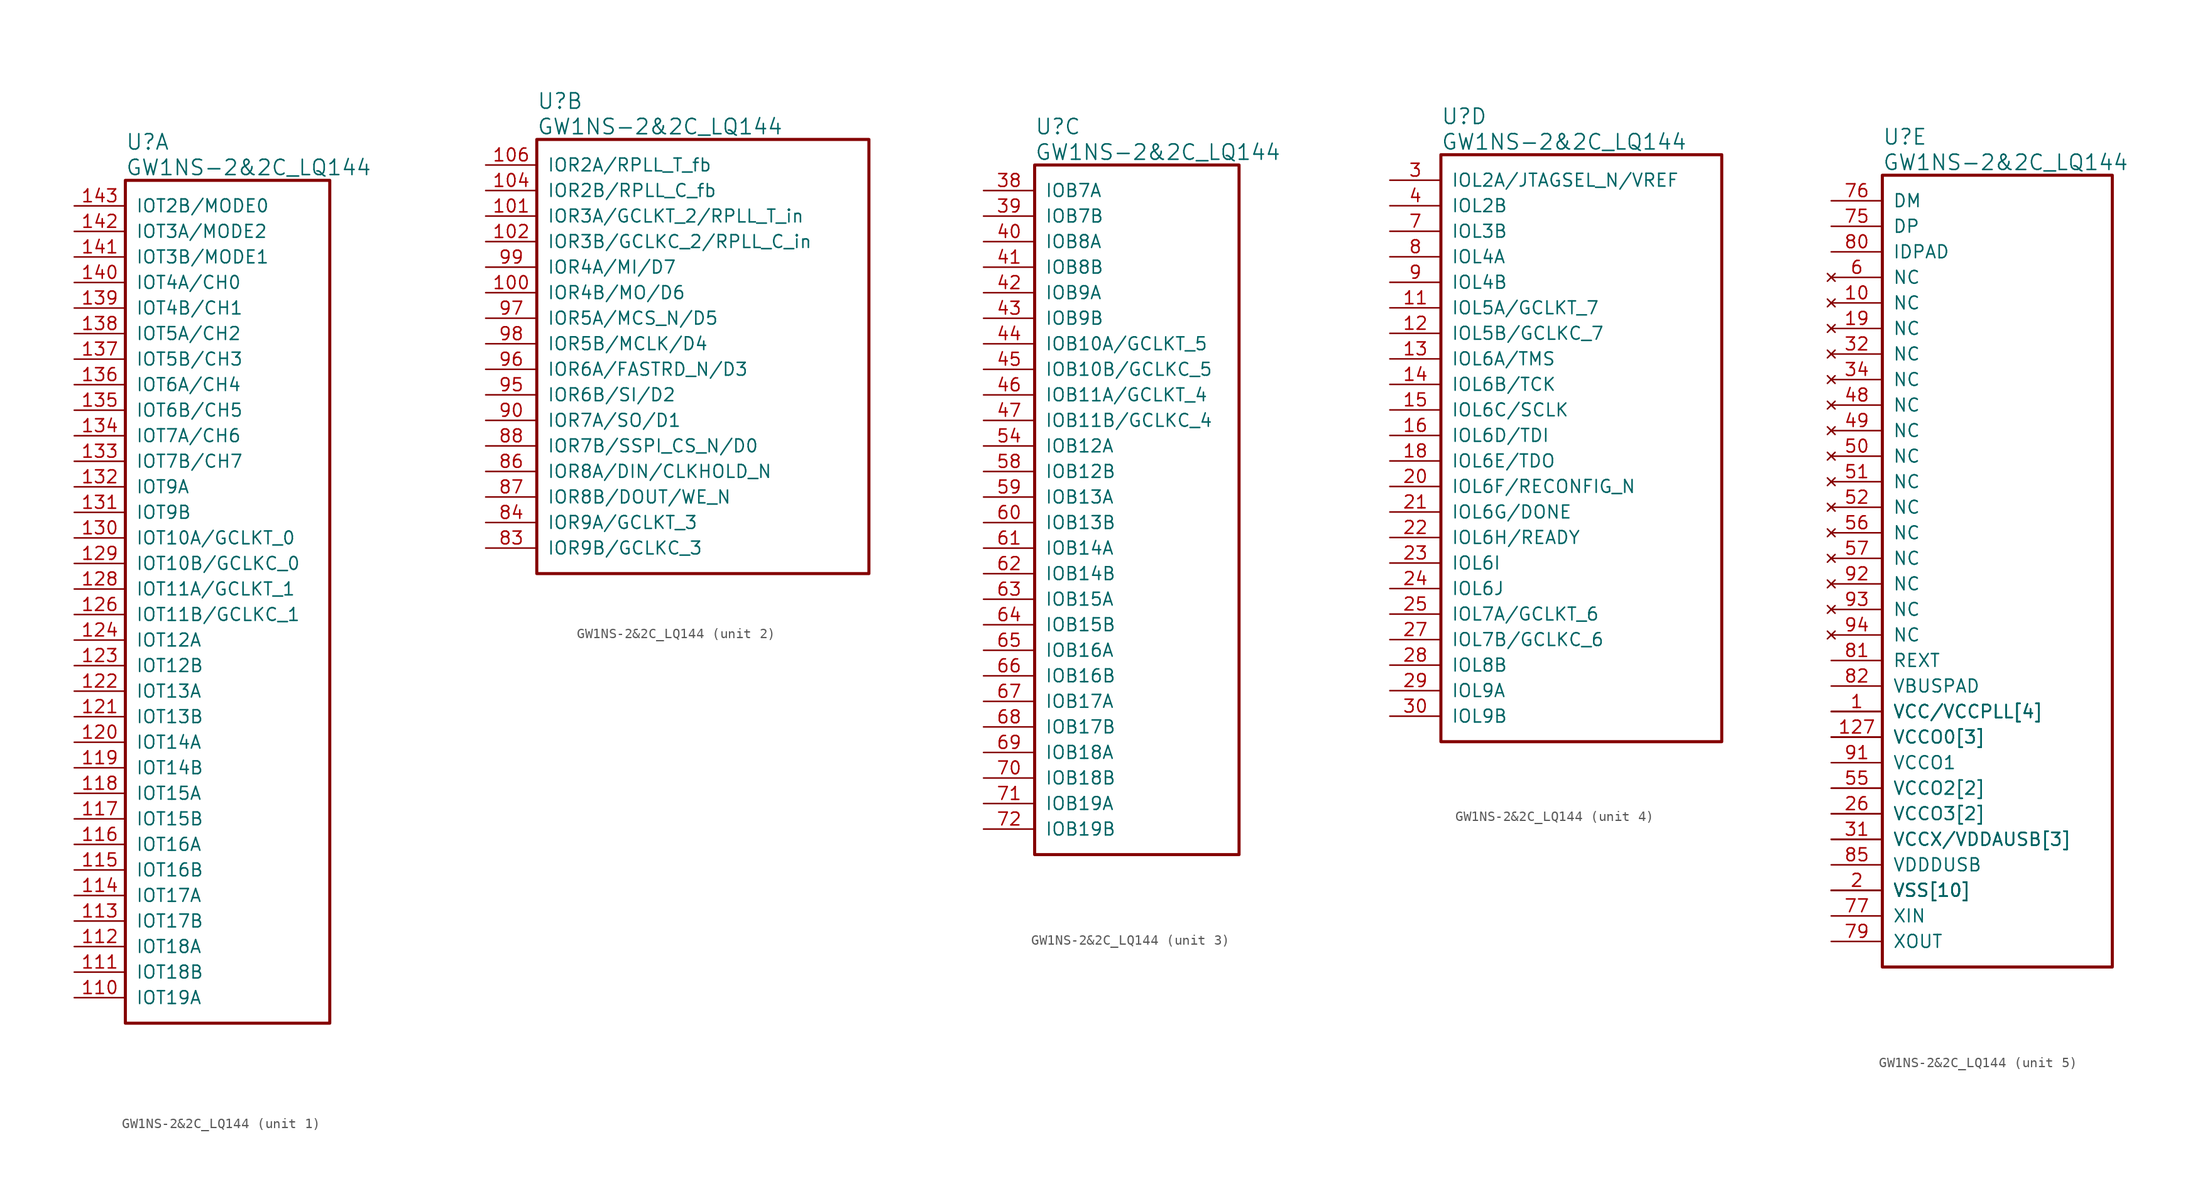
<source format=kicad_sym>
(kicad_symbol_lib
  (version 20211014)
  (generator kicad_symbol_editor)
  (symbol "GW1NS-2&2C_LQ144"
    (pin_names
      (offset 1.016))
    (property "Reference" "U"
      (at 5.08 6.35 0)
      (effects (font (size 1.524 1.524)) (justify left)))
    (property "Value" "GW1NS-2&2C_LQ144"
      (at 5.08 3.81 0)
      (effects (font (size 1.524 1.524)) (justify left)))
    (property "ki_locked" ""
      (at 0 0 0)
      (effects (font (size 1.27 1.27))))
    (symbol "GW1NS-2&2C_LQ144_1_1"
      (rectangle (start 5.08 2.54) (end 25.4 -81.28) (stroke (width 0.305) (type default) (color 0 0 0 0)) (fill (type none)))
      (pin bidirectional line (at 0 -78.74 0) (length 5.08) (name "IOT19A" (effects (font (size 1.27 1.27)))) (number "110" (effects (font (size 1.27 1.27)))))
      (pin bidirectional line (at 0 -76.2 0) (length 5.08) (name "IOT18B" (effects (font (size 1.27 1.27)))) (number "111" (effects (font (size 1.27 1.27)))))
      (pin bidirectional line (at 0 -73.66 0) (length 5.08) (name "IOT18A" (effects (font (size 1.27 1.27)))) (number "112" (effects (font (size 1.27 1.27)))))
      (pin bidirectional line (at 0 -71.12 0) (length 5.08) (name "IOT17B" (effects (font (size 1.27 1.27)))) (number "113" (effects (font (size 1.27 1.27)))))
      (pin bidirectional line (at 0 -68.58 0) (length 5.08) (name "IOT17A" (effects (font (size 1.27 1.27)))) (number "114" (effects (font (size 1.27 1.27)))))
      (pin bidirectional line (at 0 -66.04 0) (length 5.08) (name "IOT16B" (effects (font (size 1.27 1.27)))) (number "115" (effects (font (size 1.27 1.27)))))
      (pin bidirectional line (at 0 -63.5 0) (length 5.08) (name "IOT16A" (effects (font (size 1.27 1.27)))) (number "116" (effects (font (size 1.27 1.27)))))
      (pin bidirectional line (at 0 -60.96 0) (length 5.08) (name "IOT15B" (effects (font (size 1.27 1.27)))) (number "117" (effects (font (size 1.27 1.27)))))
      (pin bidirectional line (at 0 -58.42 0) (length 5.08) (name "IOT15A" (effects (font (size 1.27 1.27)))) (number "118" (effects (font (size 1.27 1.27)))))
      (pin bidirectional line (at 0 -55.88 0) (length 5.08) (name "IOT14B" (effects (font (size 1.27 1.27)))) (number "119" (effects (font (size 1.27 1.27)))))
      (pin bidirectional line (at 0 -53.34 0) (length 5.08) (name "IOT14A" (effects (font (size 1.27 1.27)))) (number "120" (effects (font (size 1.27 1.27)))))
      (pin bidirectional line (at 0 -50.8 0) (length 5.08) (name "IOT13B" (effects (font (size 1.27 1.27)))) (number "121" (effects (font (size 1.27 1.27)))))
      (pin bidirectional line (at 0 -48.26 0) (length 5.08) (name "IOT13A" (effects (font (size 1.27 1.27)))) (number "122" (effects (font (size 1.27 1.27)))))
      (pin bidirectional line (at 0 -45.72 0) (length 5.08) (name "IOT12B" (effects (font (size 1.27 1.27)))) (number "123" (effects (font (size 1.27 1.27)))))
      (pin bidirectional line (at 0 -43.18 0) (length 5.08) (name "IOT12A" (effects (font (size 1.27 1.27)))) (number "124" (effects (font (size 1.27 1.27)))))
      (pin bidirectional line (at 0 -40.64 0) (length 5.08) (name "IOT11B/GCLKC_1" (effects (font (size 1.27 1.27)))) (number "126" (effects (font (size 1.27 1.27)))))
      (pin bidirectional line (at 0 -38.1 0) (length 5.08) (name "IOT11A/GCLKT_1" (effects (font (size 1.27 1.27)))) (number "128" (effects (font (size 1.27 1.27)))))
      (pin bidirectional line (at 0 -35.56 0) (length 5.08) (name "IOT10B/GCLKC_0" (effects (font (size 1.27 1.27)))) (number "129" (effects (font (size 1.27 1.27)))))
      (pin bidirectional line (at 0 -33.02 0) (length 5.08) (name "IOT10A/GCLKT_0" (effects (font (size 1.27 1.27)))) (number "130" (effects (font (size 1.27 1.27)))))
      (pin bidirectional line (at 0 -30.48 0) (length 5.08) (name "IOT9B" (effects (font (size 1.27 1.27)))) (number "131" (effects (font (size 1.27 1.27)))))
      (pin bidirectional line (at 0 -27.94 0) (length 5.08) (name "IOT9A" (effects (font (size 1.27 1.27)))) (number "132" (effects (font (size 1.27 1.27)))))
      (pin bidirectional line (at 0 -25.4 0) (length 5.08) (name "IOT7B/CH7" (effects (font (size 1.27 1.27)))) (number "133" (effects (font (size 1.27 1.27)))))
      (pin bidirectional line (at 0 -22.86 0) (length 5.08) (name "IOT7A/CH6" (effects (font (size 1.27 1.27)))) (number "134" (effects (font (size 1.27 1.27)))))
      (pin bidirectional line (at 0 -20.32 0) (length 5.08) (name "IOT6B/CH5" (effects (font (size 1.27 1.27)))) (number "135" (effects (font (size 1.27 1.27)))))
      (pin bidirectional line (at 0 -17.78 0) (length 5.08) (name "IOT6A/CH4" (effects (font (size 1.27 1.27)))) (number "136" (effects (font (size 1.27 1.27)))))
      (pin bidirectional line (at 0 -15.24 0) (length 5.08) (name "IOT5B/CH3" (effects (font (size 1.27 1.27)))) (number "137" (effects (font (size 1.27 1.27)))))
      (pin bidirectional line (at 0 -12.7 0) (length 5.08) (name "IOT5A/CH2" (effects (font (size 1.27 1.27)))) (number "138" (effects (font (size 1.27 1.27)))))
      (pin bidirectional line (at 0 -10.16 0) (length 5.08) (name "IOT4B/CH1" (effects (font (size 1.27 1.27)))) (number "139" (effects (font (size 1.27 1.27)))))
      (pin bidirectional line (at 0 -7.62 0) (length 5.08) (name "IOT4A/CH0" (effects (font (size 1.27 1.27)))) (number "140" (effects (font (size 1.27 1.27)))))
      (pin bidirectional line (at 0 -5.08 0) (length 5.08) (name "IOT3B/MODE1" (effects (font (size 1.27 1.27)))) (number "141" (effects (font (size 1.27 1.27)))))
      (pin bidirectional line (at 0 -2.54 0) (length 5.08) (name "IOT3A/MODE2" (effects (font (size 1.27 1.27)))) (number "142" (effects (font (size 1.27 1.27)))))
      (pin bidirectional line (at 0 0 0) (length 5.08) (name "IOT2B/MODE0" (effects (font (size 1.27 1.27)))) (number "143" (effects (font (size 1.27 1.27))))))
    (symbol "GW1NS-2&2C_LQ144_2_1"
      (rectangle (start 5.08 2.54) (end 38.1 -40.64) (stroke (width 0.305) (type default) (color 0 0 0 0)) (fill (type none)))
      (pin bidirectional line (at 0 -12.7 0) (length 5.08) (name "IOR4B/MO/D6" (effects (font (size 1.27 1.27)))) (number "100" (effects (font (size 1.27 1.27)))))
      (pin bidirectional line (at 0 -5.08 0) (length 5.08) (name "IOR3A/GCLKT_2/RPLL_T_in" (effects (font (size 1.27 1.27)))) (number "101" (effects (font (size 1.27 1.27)))))
      (pin bidirectional line (at 0 -7.62 0) (length 5.08) (name "IOR3B/GCLKC_2/RPLL_C_in" (effects (font (size 1.27 1.27)))) (number "102" (effects (font (size 1.27 1.27)))))
      (pin bidirectional line (at 0 -2.54 0) (length 5.08) (name "IOR2B/RPLL_C_fb" (effects (font (size 1.27 1.27)))) (number "104" (effects (font (size 1.27 1.27)))))
      (pin bidirectional line (at 0 0 0) (length 5.08) (name "IOR2A/RPLL_T_fb" (effects (font (size 1.27 1.27)))) (number "106" (effects (font (size 1.27 1.27)))))
      (pin bidirectional line (at 0 -38.1 0) (length 5.08) (name "IOR9B/GCLKC_3" (effects (font (size 1.27 1.27)))) (number "83" (effects (font (size 1.27 1.27)))))
      (pin bidirectional line (at 0 -35.56 0) (length 5.08) (name "IOR9A/GCLKT_3" (effects (font (size 1.27 1.27)))) (number "84" (effects (font (size 1.27 1.27)))))
      (pin bidirectional line (at 0 -30.48 0) (length 5.08) (name "IOR8A/DIN/CLKHOLD_N" (effects (font (size 1.27 1.27)))) (number "86" (effects (font (size 1.27 1.27)))))
      (pin bidirectional line (at 0 -33.02 0) (length 5.08) (name "IOR8B/DOUT/WE_N" (effects (font (size 1.27 1.27)))) (number "87" (effects (font (size 1.27 1.27)))))
      (pin bidirectional line (at 0 -27.94 0) (length 5.08) (name "IOR7B/SSPI_CS_N/D0" (effects (font (size 1.27 1.27)))) (number "88" (effects (font (size 1.27 1.27)))))
      (pin bidirectional line (at 0 -25.4 0) (length 5.08) (name "IOR7A/SO/D1" (effects (font (size 1.27 1.27)))) (number "90" (effects (font (size 1.27 1.27)))))
      (pin bidirectional line (at 0 -22.86 0) (length 5.08) (name "IOR6B/SI/D2" (effects (font (size 1.27 1.27)))) (number "95" (effects (font (size 1.27 1.27)))))
      (pin bidirectional line (at 0 -20.32 0) (length 5.08) (name "IOR6A/FASTRD_N/D3" (effects (font (size 1.27 1.27)))) (number "96" (effects (font (size 1.27 1.27)))))
      (pin bidirectional line (at 0 -15.24 0) (length 5.08) (name "IOR5A/MCS_N/D5" (effects (font (size 1.27 1.27)))) (number "97" (effects (font (size 1.27 1.27)))))
      (pin bidirectional line (at 0 -17.78 0) (length 5.08) (name "IOR5B/MCLK/D4" (effects (font (size 1.27 1.27)))) (number "98" (effects (font (size 1.27 1.27)))))
      (pin bidirectional line (at 0 -10.16 0) (length 5.08) (name "IOR4A/MI/D7" (effects (font (size 1.27 1.27)))) (number "99" (effects (font (size 1.27 1.27))))))
    (symbol "GW1NS-2&2C_LQ144_3_1"
      (rectangle (start 5.08 2.54) (end 25.4 -66.04) (stroke (width 0.305) (type default) (color 0 0 0 0)) (fill (type none)))
      (pin bidirectional line (at 0 0 0) (length 5.08) (name "IOB7A" (effects (font (size 1.27 1.27)))) (number "38" (effects (font (size 1.27 1.27)))))
      (pin bidirectional line (at 0 -2.54 0) (length 5.08) (name "IOB7B" (effects (font (size 1.27 1.27)))) (number "39" (effects (font (size 1.27 1.27)))))
      (pin bidirectional line (at 0 -5.08 0) (length 5.08) (name "IOB8A" (effects (font (size 1.27 1.27)))) (number "40" (effects (font (size 1.27 1.27)))))
      (pin bidirectional line (at 0 -7.62 0) (length 5.08) (name "IOB8B" (effects (font (size 1.27 1.27)))) (number "41" (effects (font (size 1.27 1.27)))))
      (pin bidirectional line (at 0 -10.16 0) (length 5.08) (name "IOB9A" (effects (font (size 1.27 1.27)))) (number "42" (effects (font (size 1.27 1.27)))))
      (pin bidirectional line (at 0 -12.7 0) (length 5.08) (name "IOB9B" (effects (font (size 1.27 1.27)))) (number "43" (effects (font (size 1.27 1.27)))))
      (pin bidirectional line (at 0 -15.24 0) (length 5.08) (name "IOB10A/GCLKT_5" (effects (font (size 1.27 1.27)))) (number "44" (effects (font (size 1.27 1.27)))))
      (pin bidirectional line (at 0 -17.78 0) (length 5.08) (name "IOB10B/GCLKC_5" (effects (font (size 1.27 1.27)))) (number "45" (effects (font (size 1.27 1.27)))))
      (pin bidirectional line (at 0 -20.32 0) (length 5.08) (name "IOB11A/GCLKT_4" (effects (font (size 1.27 1.27)))) (number "46" (effects (font (size 1.27 1.27)))))
      (pin bidirectional line (at 0 -22.86 0) (length 5.08) (name "IOB11B/GCLKC_4" (effects (font (size 1.27 1.27)))) (number "47" (effects (font (size 1.27 1.27)))))
      (pin bidirectional line (at 0 -25.4 0) (length 5.08) (name "IOB12A" (effects (font (size 1.27 1.27)))) (number "54" (effects (font (size 1.27 1.27)))))
      (pin bidirectional line (at 0 -27.94 0) (length 5.08) (name "IOB12B" (effects (font (size 1.27 1.27)))) (number "58" (effects (font (size 1.27 1.27)))))
      (pin bidirectional line (at 0 -30.48 0) (length 5.08) (name "IOB13A" (effects (font (size 1.27 1.27)))) (number "59" (effects (font (size 1.27 1.27)))))
      (pin bidirectional line (at 0 -33.02 0) (length 5.08) (name "IOB13B" (effects (font (size 1.27 1.27)))) (number "60" (effects (font (size 1.27 1.27)))))
      (pin bidirectional line (at 0 -35.56 0) (length 5.08) (name "IOB14A" (effects (font (size 1.27 1.27)))) (number "61" (effects (font (size 1.27 1.27)))))
      (pin bidirectional line (at 0 -38.1 0) (length 5.08) (name "IOB14B" (effects (font (size 1.27 1.27)))) (number "62" (effects (font (size 1.27 1.27)))))
      (pin bidirectional line (at 0 -40.64 0) (length 5.08) (name "IOB15A" (effects (font (size 1.27 1.27)))) (number "63" (effects (font (size 1.27 1.27)))))
      (pin bidirectional line (at 0 -43.18 0) (length 5.08) (name "IOB15B" (effects (font (size 1.27 1.27)))) (number "64" (effects (font (size 1.27 1.27)))))
      (pin bidirectional line (at 0 -45.72 0) (length 5.08) (name "IOB16A" (effects (font (size 1.27 1.27)))) (number "65" (effects (font (size 1.27 1.27)))))
      (pin bidirectional line (at 0 -48.26 0) (length 5.08) (name "IOB16B" (effects (font (size 1.27 1.27)))) (number "66" (effects (font (size 1.27 1.27)))))
      (pin bidirectional line (at 0 -50.8 0) (length 5.08) (name "IOB17A" (effects (font (size 1.27 1.27)))) (number "67" (effects (font (size 1.27 1.27)))))
      (pin bidirectional line (at 0 -53.34 0) (length 5.08) (name "IOB17B" (effects (font (size 1.27 1.27)))) (number "68" (effects (font (size 1.27 1.27)))))
      (pin bidirectional line (at 0 -55.88 0) (length 5.08) (name "IOB18A" (effects (font (size 1.27 1.27)))) (number "69" (effects (font (size 1.27 1.27)))))
      (pin bidirectional line (at 0 -58.42 0) (length 5.08) (name "IOB18B" (effects (font (size 1.27 1.27)))) (number "70" (effects (font (size 1.27 1.27)))))
      (pin bidirectional line (at 0 -60.96 0) (length 5.08) (name "IOB19A" (effects (font (size 1.27 1.27)))) (number "71" (effects (font (size 1.27 1.27)))))
      (pin bidirectional line (at 0 -63.5 0) (length 5.08) (name "IOB19B" (effects (font (size 1.27 1.27)))) (number "72" (effects (font (size 1.27 1.27))))))
    (symbol "GW1NS-2&2C_LQ144_4_1"
      (rectangle (start 5.08 2.54) (end 33.02 -55.88) (stroke (width 0.305) (type default) (color 0 0 0 0)) (fill (type none)))
      (pin bidirectional line (at 0 -12.7 0) (length 5.08) (name "IOL5A/GCLKT_7" (effects (font (size 1.27 1.27)))) (number "11" (effects (font (size 1.27 1.27)))))
      (pin bidirectional line (at 0 -15.24 0) (length 5.08) (name "IOL5B/GCLKC_7" (effects (font (size 1.27 1.27)))) (number "12" (effects (font (size 1.27 1.27)))))
      (pin bidirectional line (at 0 -17.78 0) (length 5.08) (name "IOL6A/TMS" (effects (font (size 1.27 1.27)))) (number "13" (effects (font (size 1.27 1.27)))))
      (pin bidirectional line (at 0 -20.32 0) (length 5.08) (name "IOL6B/TCK" (effects (font (size 1.27 1.27)))) (number "14" (effects (font (size 1.27 1.27)))))
      (pin bidirectional line (at 0 -22.86 0) (length 5.08) (name "IOL6C/SCLK" (effects (font (size 1.27 1.27)))) (number "15" (effects (font (size 1.27 1.27)))))
      (pin bidirectional line (at 0 -25.4 0) (length 5.08) (name "IOL6D/TDI" (effects (font (size 1.27 1.27)))) (number "16" (effects (font (size 1.27 1.27)))))
      (pin bidirectional line (at 0 -27.94 0) (length 5.08) (name "IOL6E/TDO" (effects (font (size 1.27 1.27)))) (number "18" (effects (font (size 1.27 1.27)))))
      (pin bidirectional line (at 0 -30.48 0) (length 5.08) (name "IOL6F/RECONFIG_N" (effects (font (size 1.27 1.27)))) (number "20" (effects (font (size 1.27 1.27)))))
      (pin bidirectional line (at 0 -33.02 0) (length 5.08) (name "IOL6G/DONE" (effects (font (size 1.27 1.27)))) (number "21" (effects (font (size 1.27 1.27)))))
      (pin bidirectional line (at 0 -35.56 0) (length 5.08) (name "IOL6H/READY" (effects (font (size 1.27 1.27)))) (number "22" (effects (font (size 1.27 1.27)))))
      (pin bidirectional line (at 0 -38.1 0) (length 5.08) (name "IOL6I" (effects (font (size 1.27 1.27)))) (number "23" (effects (font (size 1.27 1.27)))))
      (pin bidirectional line (at 0 -40.64 0) (length 5.08) (name "IOL6J" (effects (font (size 1.27 1.27)))) (number "24" (effects (font (size 1.27 1.27)))))
      (pin bidirectional line (at 0 -43.18 0) (length 5.08) (name "IOL7A/GCLKT_6" (effects (font (size 1.27 1.27)))) (number "25" (effects (font (size 1.27 1.27)))))
      (pin bidirectional line (at 0 -45.72 0) (length 5.08) (name "IOL7B/GCLKC_6" (effects (font (size 1.27 1.27)))) (number "27" (effects (font (size 1.27 1.27)))))
      (pin bidirectional line (at 0 -48.26 0) (length 5.08) (name "IOL8B" (effects (font (size 1.27 1.27)))) (number "28" (effects (font (size 1.27 1.27)))))
      (pin bidirectional line (at 0 -50.8 0) (length 5.08) (name "IOL9A" (effects (font (size 1.27 1.27)))) (number "29" (effects (font (size 1.27 1.27)))))
      (pin bidirectional line (at 0 0 0) (length 5.08) (name "IOL2A/JTAGSEL_N/VREF" (effects (font (size 1.27 1.27)))) (number "3" (effects (font (size 1.27 1.27)))))
      (pin bidirectional line (at 0 -53.34 0) (length 5.08) (name "IOL9B" (effects (font (size 1.27 1.27)))) (number "30" (effects (font (size 1.27 1.27)))))
      (pin bidirectional line (at 0 -2.54 0) (length 5.08) (name "IOL2B" (effects (font (size 1.27 1.27)))) (number "4" (effects (font (size 1.27 1.27)))))
      (pin bidirectional line (at 0 -5.08 0) (length 5.08) (name "IOL3B" (effects (font (size 1.27 1.27)))) (number "7" (effects (font (size 1.27 1.27)))))
      (pin bidirectional line (at 0 -7.62 0) (length 5.08) (name "IOL4A" (effects (font (size 1.27 1.27)))) (number "8" (effects (font (size 1.27 1.27)))))
      (pin bidirectional line (at 0 -10.16 0) (length 5.08) (name "IOL4B" (effects (font (size 1.27 1.27)))) (number "9" (effects (font (size 1.27 1.27))))))
    (symbol "GW1NS-2&2C_LQ144_5_1"
      (rectangle (start 5.08 2.54) (end 27.94 -76.2) (stroke (width 0.305) (type default) (color 0 0 0 0)) (fill (type none)))
      (pin power_in line (at 0 -50.8 0) (length 5.08) (name "VCC/VCCPLL[4]" (effects (font (size 1.27 1.27)))) (number "1" (effects (font (size 1.27 1.27)))))
      (pin no_connect line (at 0 -10.16 0) (length 5.08) (name "NC" (effects (font (size 1.27 1.27)))) (number "10" (effects (font (size 1.27 1.27)))))
      (pin power_in line (at 0 -63.5 0) (length 5.08) (name "VCCX/VDDAUSB[3]" (effects (font (size 1.27 1.27)))) (number "103" (effects (font (size 0 0)))))
      (pin power_in line (at 0 -68.58 0) (length 5.08) (name "VSS[10]" (effects (font (size 1.27 1.27)))) (number "105" (effects (font (size 0 0)))))
      (pin power_in line (at 0 -68.58 0) (length 5.08) (name "VSS[10]" (effects (font (size 1.27 1.27)))) (number "107" (effects (font (size 0 0)))))
      (pin power_in line (at 0 -50.8 0) (length 5.08) (name "VCC/VCCPLL[4]" (effects (font (size 1.27 1.27)))) (number "108" (effects (font (size 0 0)))))
      (pin power_in line (at 0 -53.34 0) (length 5.08) (name "VCCO0[3]" (effects (font (size 1.27 1.27)))) (number "109" (effects (font (size 0 0)))))
      (pin power_in line (at 0 -68.58 0) (length 5.08) (name "VSS[10]" (effects (font (size 1.27 1.27)))) (number "125" (effects (font (size 0 0)))))
      (pin power_in line (at 0 -53.34 0) (length 5.08) (name "VCCO0[3]" (effects (font (size 1.27 1.27)))) (number "127" (effects (font (size 1.27 1.27)))))
      (pin power_in line (at 0 -53.34 0) (length 5.08) (name "VCCO0[3]" (effects (font (size 1.27 1.27)))) (number "144" (effects (font (size 0 0)))))
      (pin power_in line (at 0 -68.58 0) (length 5.08) (name "VSS[10]" (effects (font (size 1.27 1.27)))) (number "17" (effects (font (size 0 0)))))
      (pin no_connect line (at 0 -12.7 0) (length 5.08) (name "NC" (effects (font (size 1.27 1.27)))) (number "19" (effects (font (size 1.27 1.27)))))
      (pin power_in line (at 0 -68.58 0) (length 5.08) (name "VSS[10]" (effects (font (size 1.27 1.27)))) (number "2" (effects (font (size 1.27 1.27)))))
      (pin power_in line (at 0 -60.96 0) (length 5.08) (name "VCCO3[2]" (effects (font (size 1.27 1.27)))) (number "26" (effects (font (size 1.27 1.27)))))
      (pin power_in line (at 0 -63.5 0) (length 5.08) (name "VCCX/VDDAUSB[3]" (effects (font (size 1.27 1.27)))) (number "31" (effects (font (size 1.27 1.27)))))
      (pin no_connect line (at 0 -15.24 0) (length 5.08) (name "NC" (effects (font (size 1.27 1.27)))) (number "32" (effects (font (size 1.27 1.27)))))
      (pin power_in line (at 0 -68.58 0) (length 5.08) (name "VSS[10]" (effects (font (size 1.27 1.27)))) (number "33" (effects (font (size 0 0)))))
      (pin no_connect line (at 0 -17.78 0) (length 5.08) (name "NC" (effects (font (size 1.27 1.27)))) (number "34" (effects (font (size 1.27 1.27)))))
      (pin power_in line (at 0 -68.58 0) (length 5.08) (name "VSS[10]" (effects (font (size 1.27 1.27)))) (number "35" (effects (font (size 0 0)))))
      (pin power_in line (at 0 -50.8 0) (length 5.08) (name "VCC/VCCPLL[4]" (effects (font (size 1.27 1.27)))) (number "36" (effects (font (size 0 0)))))
      (pin power_in line (at 0 -58.42 0) (length 5.08) (name "VCCO2[2]" (effects (font (size 1.27 1.27)))) (number "37" (effects (font (size 0 0)))))
      (pin no_connect line (at 0 -20.32 0) (length 5.08) (name "NC" (effects (font (size 1.27 1.27)))) (number "48" (effects (font (size 1.27 1.27)))))
      (pin no_connect line (at 0 -22.86 0) (length 5.08) (name "NC" (effects (font (size 1.27 1.27)))) (number "49" (effects (font (size 1.27 1.27)))))
      (pin power_in line (at 0 -60.96 0) (length 5.08) (name "VCCO3[2]" (effects (font (size 1.27 1.27)))) (number "5" (effects (font (size 0 0)))))
      (pin no_connect line (at 0 -25.4 0) (length 5.08) (name "NC" (effects (font (size 1.27 1.27)))) (number "50" (effects (font (size 1.27 1.27)))))
      (pin no_connect line (at 0 -27.94 0) (length 5.08) (name "NC" (effects (font (size 1.27 1.27)))) (number "51" (effects (font (size 1.27 1.27)))))
      (pin no_connect line (at 0 -30.48 0) (length 5.08) (name "NC" (effects (font (size 1.27 1.27)))) (number "52" (effects (font (size 1.27 1.27)))))
      (pin power_in line (at 0 -68.58 0) (length 5.08) (name "VSS[10]" (effects (font (size 1.27 1.27)))) (number "53" (effects (font (size 0 0)))))
      (pin power_in line (at 0 -58.42 0) (length 5.08) (name "VCCO2[2]" (effects (font (size 1.27 1.27)))) (number "55" (effects (font (size 1.27 1.27)))))
      (pin no_connect line (at 0 -33.02 0) (length 5.08) (name "NC" (effects (font (size 1.27 1.27)))) (number "56" (effects (font (size 1.27 1.27)))))
      (pin no_connect line (at 0 -35.56 0) (length 5.08) (name "NC" (effects (font (size 1.27 1.27)))) (number "57" (effects (font (size 1.27 1.27)))))
      (pin no_connect line (at 0 -7.62 0) (length 5.08) (name "NC" (effects (font (size 1.27 1.27)))) (number "6" (effects (font (size 1.27 1.27)))))
      (pin power_in line (at 0 -50.8 0) (length 5.08) (name "VCC/VCCPLL[4]" (effects (font (size 1.27 1.27)))) (number "73" (effects (font (size 0 0)))))
      (pin power_in line (at 0 -68.58 0) (length 5.08) (name "VSS[10]" (effects (font (size 1.27 1.27)))) (number "74" (effects (font (size 0 0)))))
      (pin power_in line (at 0 -2.54 0) (length 5.08) (name "DP" (effects (font (size 1.27 1.27)))) (number "75" (effects (font (size 1.27 1.27)))))
      (pin power_in line (at 0 0 0) (length 5.08) (name "DM" (effects (font (size 1.27 1.27)))) (number "76" (effects (font (size 1.27 1.27)))))
      (pin power_in line (at 0 -71.12 0) (length 5.08) (name "XIN" (effects (font (size 1.27 1.27)))) (number "77" (effects (font (size 1.27 1.27)))))
      (pin power_in line (at 0 -63.5 0) (length 5.08) (name "VCCX/VDDAUSB[3]" (effects (font (size 1.27 1.27)))) (number "78" (effects (font (size 0 0)))))
      (pin power_in line (at 0 -73.66 0) (length 5.08) (name "XOUT" (effects (font (size 1.27 1.27)))) (number "79" (effects (font (size 1.27 1.27)))))
      (pin power_in line (at 0 -5.08 0) (length 5.08) (name "IDPAD" (effects (font (size 1.27 1.27)))) (number "80" (effects (font (size 1.27 1.27)))))
      (pin power_in line (at 0 -45.72 0) (length 5.08) (name "REXT" (effects (font (size 1.27 1.27)))) (number "81" (effects (font (size 1.27 1.27)))))
      (pin power_in line (at 0 -48.26 0) (length 5.08) (name "VBUSPAD" (effects (font (size 1.27 1.27)))) (number "82" (effects (font (size 1.27 1.27)))))
      (pin power_in line (at 0 -66.04 0) (length 5.08) (name "VDDDUSB" (effects (font (size 1.27 1.27)))) (number "85" (effects (font (size 1.27 1.27)))))
      (pin power_in line (at 0 -68.58 0) (length 5.08) (name "VSS[10]" (effects (font (size 1.27 1.27)))) (number "89" (effects (font (size 0 0)))))
      (pin power_in line (at 0 -55.88 0) (length 5.08) (name "VCCO1" (effects (font (size 1.27 1.27)))) (number "91" (effects (font (size 1.27 1.27)))))
      (pin no_connect line (at 0 -38.1 0) (length 5.08) (name "NC" (effects (font (size 1.27 1.27)))) (number "92" (effects (font (size 1.27 1.27)))))
      (pin no_connect line (at 0 -40.64 0) (length 5.08) (name "NC" (effects (font (size 1.27 1.27)))) (number "93" (effects (font (size 1.27 1.27)))))
      (pin no_connect line (at 0 -43.18 0) (length 5.08) (name "NC" (effects (font (size 1.27 1.27)))) (number "94" (effects (font (size 1.27 1.27))))))))
</source>
